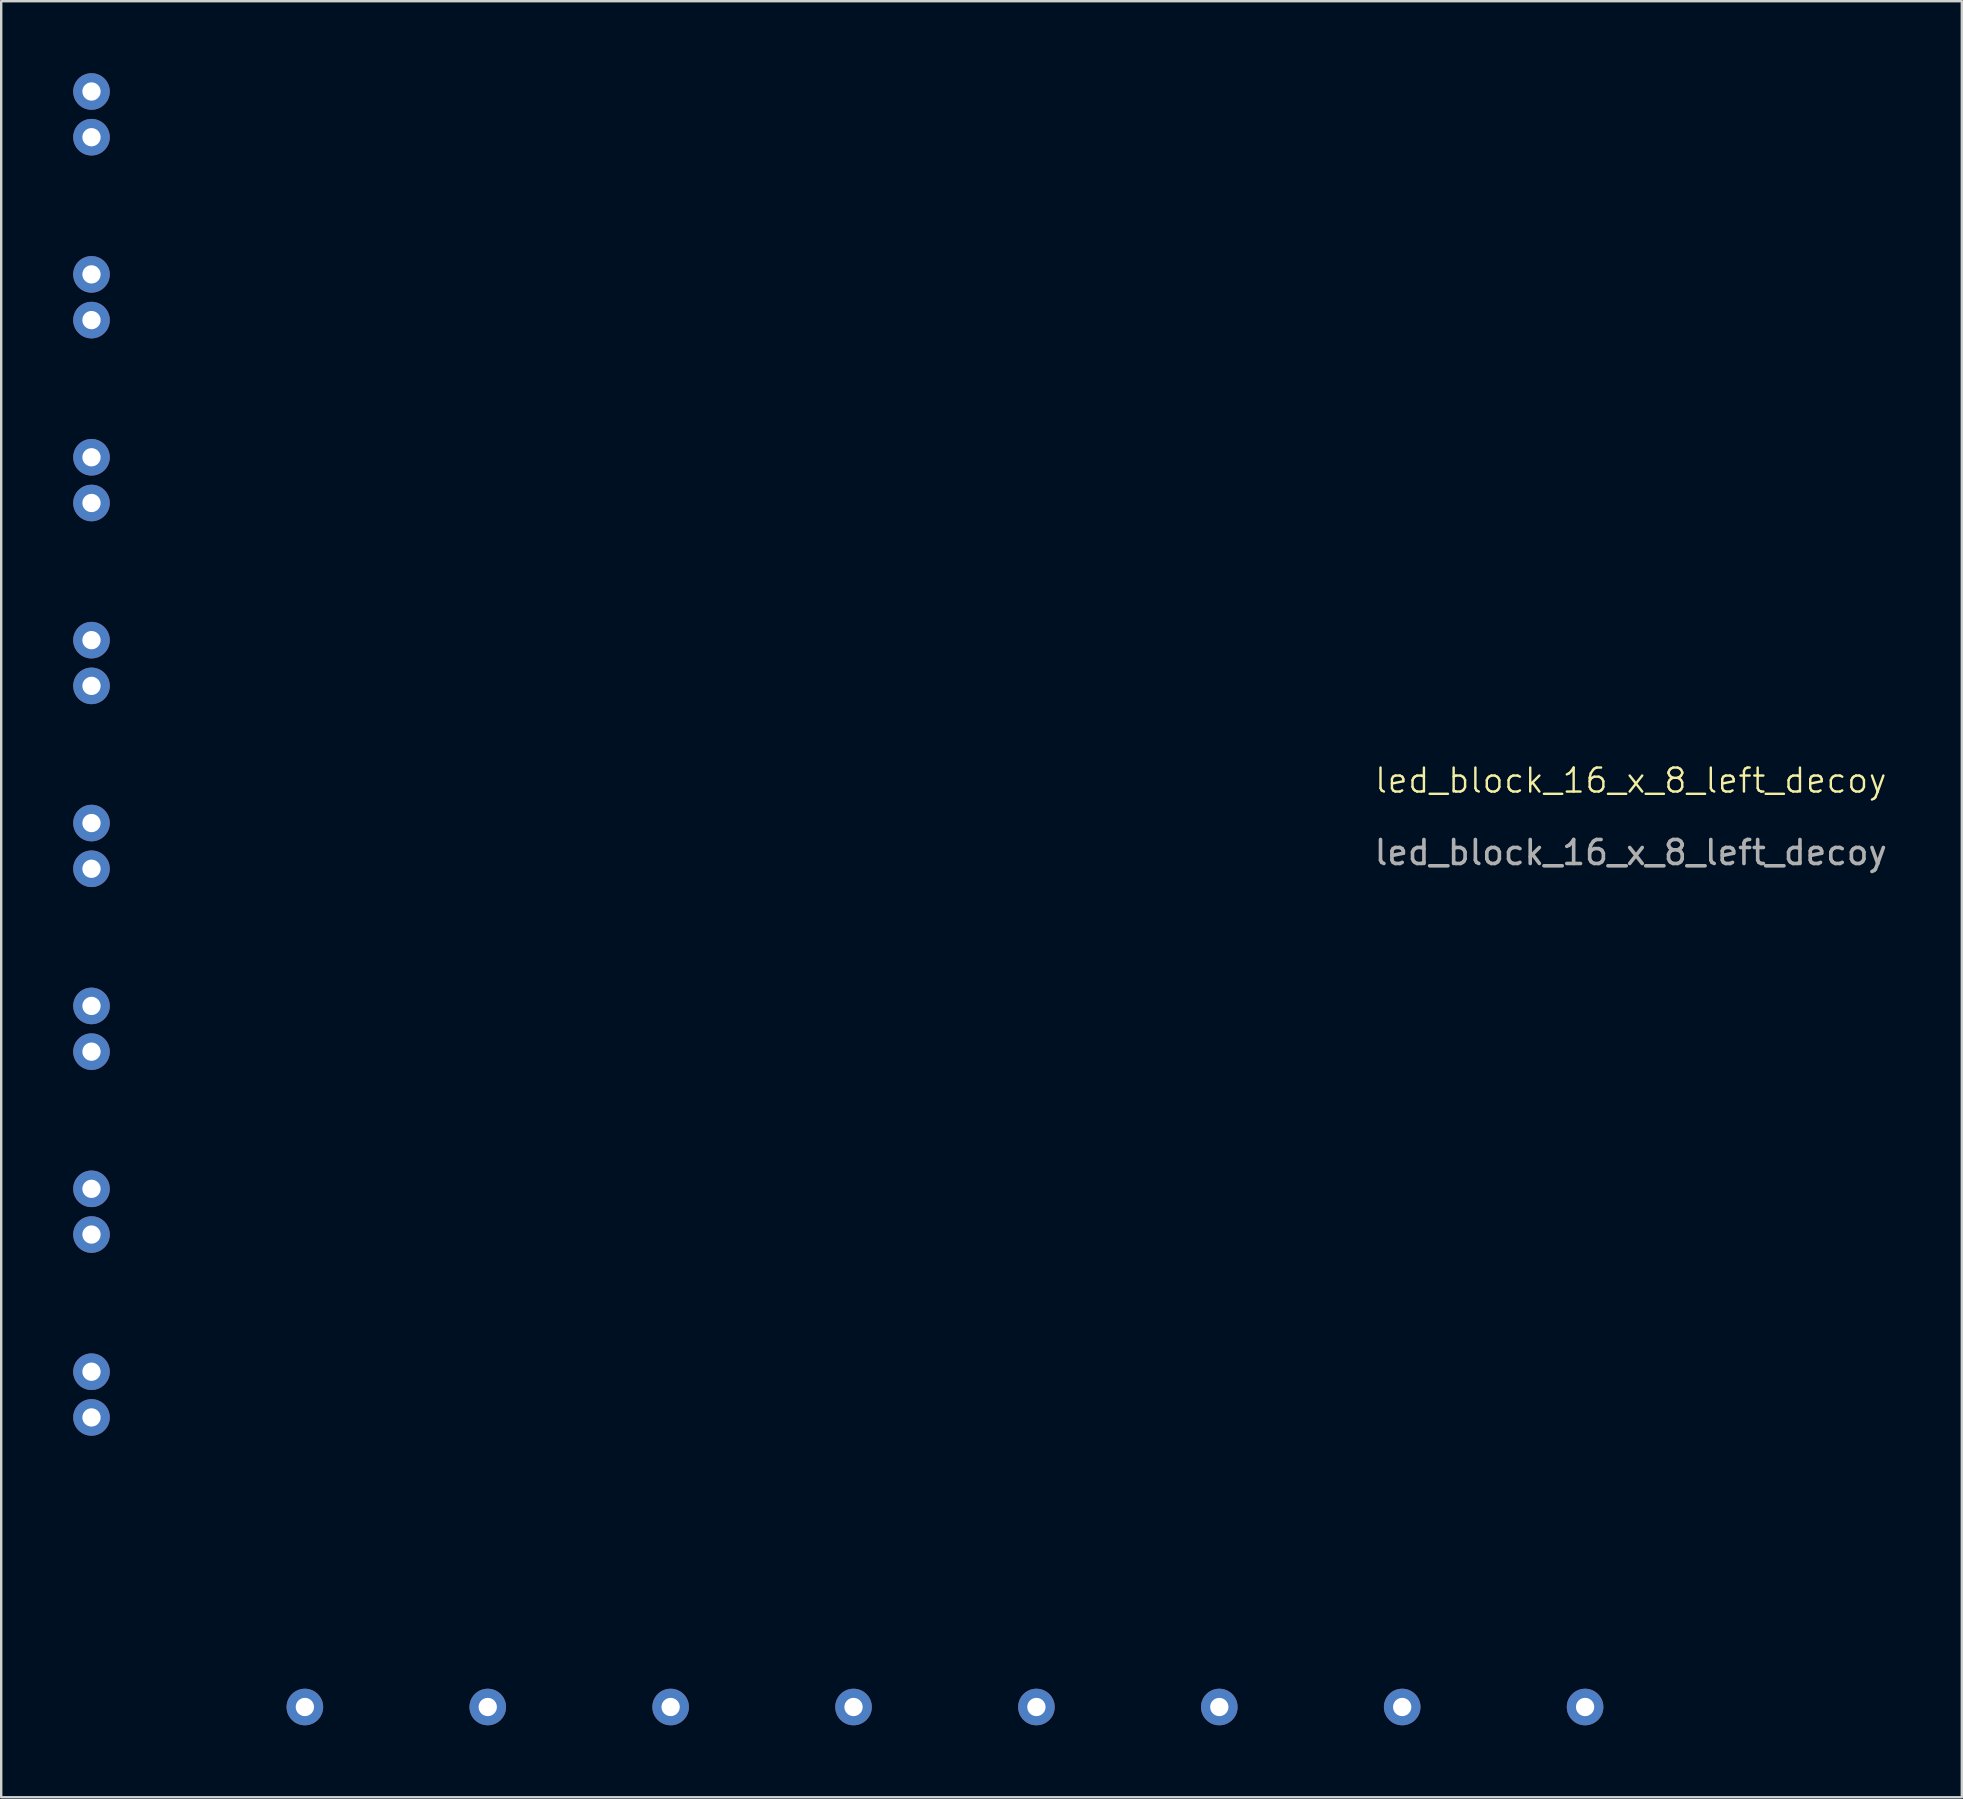
<source format=kicad_pcb>
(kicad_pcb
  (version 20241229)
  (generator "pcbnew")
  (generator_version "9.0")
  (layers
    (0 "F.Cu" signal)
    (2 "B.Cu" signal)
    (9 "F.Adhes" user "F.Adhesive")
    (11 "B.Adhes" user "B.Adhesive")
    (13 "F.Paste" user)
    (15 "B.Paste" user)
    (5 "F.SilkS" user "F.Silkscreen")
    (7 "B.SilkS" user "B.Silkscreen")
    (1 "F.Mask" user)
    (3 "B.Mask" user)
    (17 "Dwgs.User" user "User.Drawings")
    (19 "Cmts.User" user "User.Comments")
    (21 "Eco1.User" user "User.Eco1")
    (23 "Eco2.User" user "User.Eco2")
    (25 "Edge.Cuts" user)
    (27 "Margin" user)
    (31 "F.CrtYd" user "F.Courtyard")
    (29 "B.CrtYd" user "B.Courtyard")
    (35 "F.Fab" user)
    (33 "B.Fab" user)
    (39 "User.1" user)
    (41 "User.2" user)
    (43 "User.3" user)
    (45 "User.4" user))
  (footprint "led_block_16_x_8_left_decoy"
    (layer "F.Cu")
    (at 64.897 29.972)
    (property "Reference" "led_block_16_x_8_left_decoy" (at 0 -0.5 0) (unlocked yes) (layer "F.SilkS") (effects (font (size 1 1) (thickness 0.1))))
    (attr through_hole)
    (fp_text user "${REFERENCE}" (at 0 2.5 0) (unlocked yes) (layer "F.Fab") (effects (font (size 1 1) (thickness 0.15))))
    (pad "1" thru_hole circle (at -64.135 26.035) (size 1.524 1.524) (drill 0.762) (layers "*.Cu" "*.Mask"))
    (pad "2" thru_hole circle (at -64.135 24.13) (size 1.524 1.524) (drill 0.762) (layers "*.Cu" "*.Mask"))
    (pad "3" thru_hole circle (at -64.135 18.415) (size 1.524 1.524) (drill 0.762) (layers "*.Cu" "*.Mask"))
    (pad "4" thru_hole circle (at -64.135 16.51) (size 1.524 1.524) (drill 0.762) (layers "*.Cu" "*.Mask"))
    (pad "5" thru_hole circle (at -64.135 10.795) (size 1.524 1.524) (drill 0.762) (layers "*.Cu" "*.Mask"))
    (pad "6" thru_hole circle (at -64.135 8.89) (size 1.524 1.524) (drill 0.762) (layers "*.Cu" "*.Mask"))
    (pad "7" thru_hole circle (at -64.135 3.175) (size 1.524 1.524) (drill 0.762) (layers "*.Cu" "*.Mask"))
    (pad "8" thru_hole circle (at -64.135 1.27) (size 1.524 1.524) (drill 0.762) (layers "*.Cu" "*.Mask"))
    (pad "9" thru_hole circle (at -64.135 -4.445) (size 1.524 1.524) (drill 0.762) (layers "*.Cu" "*.Mask"))
    (pad "10" thru_hole circle (at -64.135 -6.35) (size 1.524 1.524) (drill 0.762) (layers "*.Cu" "*.Mask"))
    (pad "11" thru_hole circle (at -64.135 -12.065) (size 1.524 1.524) (drill 0.762) (layers "*.Cu" "*.Mask"))
    (pad "12" thru_hole circle (at -64.135 -13.97) (size 1.524 1.524) (drill 0.762) (layers "*.Cu" "*.Mask"))
    (pad "13" thru_hole circle (at -64.135 -19.685) (size 1.524 1.524) (drill 0.762) (layers "*.Cu" "*.Mask"))
    (pad "14" thru_hole circle (at -64.135 -21.59) (size 1.524 1.524) (drill 0.762) (layers "*.Cu" "*.Mask"))
    (pad "15" thru_hole circle (at -64.135 -27.305) (size 1.524 1.524) (drill 0.762) (layers "*.Cu" "*.Mask"))
    (pad "16" thru_hole circle (at -64.135 -29.21) (size 1.524 1.524) (drill 0.762) (layers "*.Cu" "*.Mask"))
    (pad "17" thru_hole circle (at -55.245 38.1) (size 1.524 1.524) (drill 0.762) (layers "*.Cu" "*.Mask"))
    (pad "18" thru_hole circle (at -47.625 38.1) (size 1.524 1.524) (drill 0.762) (layers "*.Cu" "*.Mask"))
    (pad "19" thru_hole circle (at -40.005 38.1) (size 1.524 1.524) (drill 0.762) (layers "*.Cu" "*.Mask"))
    (pad "20" thru_hole circle (at -32.385 38.1) (size 1.524 1.524) (drill 0.762) (layers "*.Cu" "*.Mask"))
    (pad "21" thru_hole circle (at -24.765 38.1) (size 1.524 1.524) (drill 0.762) (layers "*.Cu" "*.Mask"))
    (pad "22" thru_hole circle (at -17.145 38.1) (size 1.524 1.524) (drill 0.762) (layers "*.Cu" "*.Mask"))
    (pad "23" thru_hole circle (at -9.525 38.1) (size 1.524 1.524) (drill 0.762) (layers "*.Cu" "*.Mask"))
    (pad "24" thru_hole circle (at -1.905 38.1) (size 1.524 1.524) (drill 0.762) (layers "*.Cu" "*.Mask")))
  (gr_rect
    (start -3 -3)
    (end 78.689 71.834)
    (stroke (width 0.1) (type default))
    (fill no)
    (layer "Edge.Cuts")))
</source>
